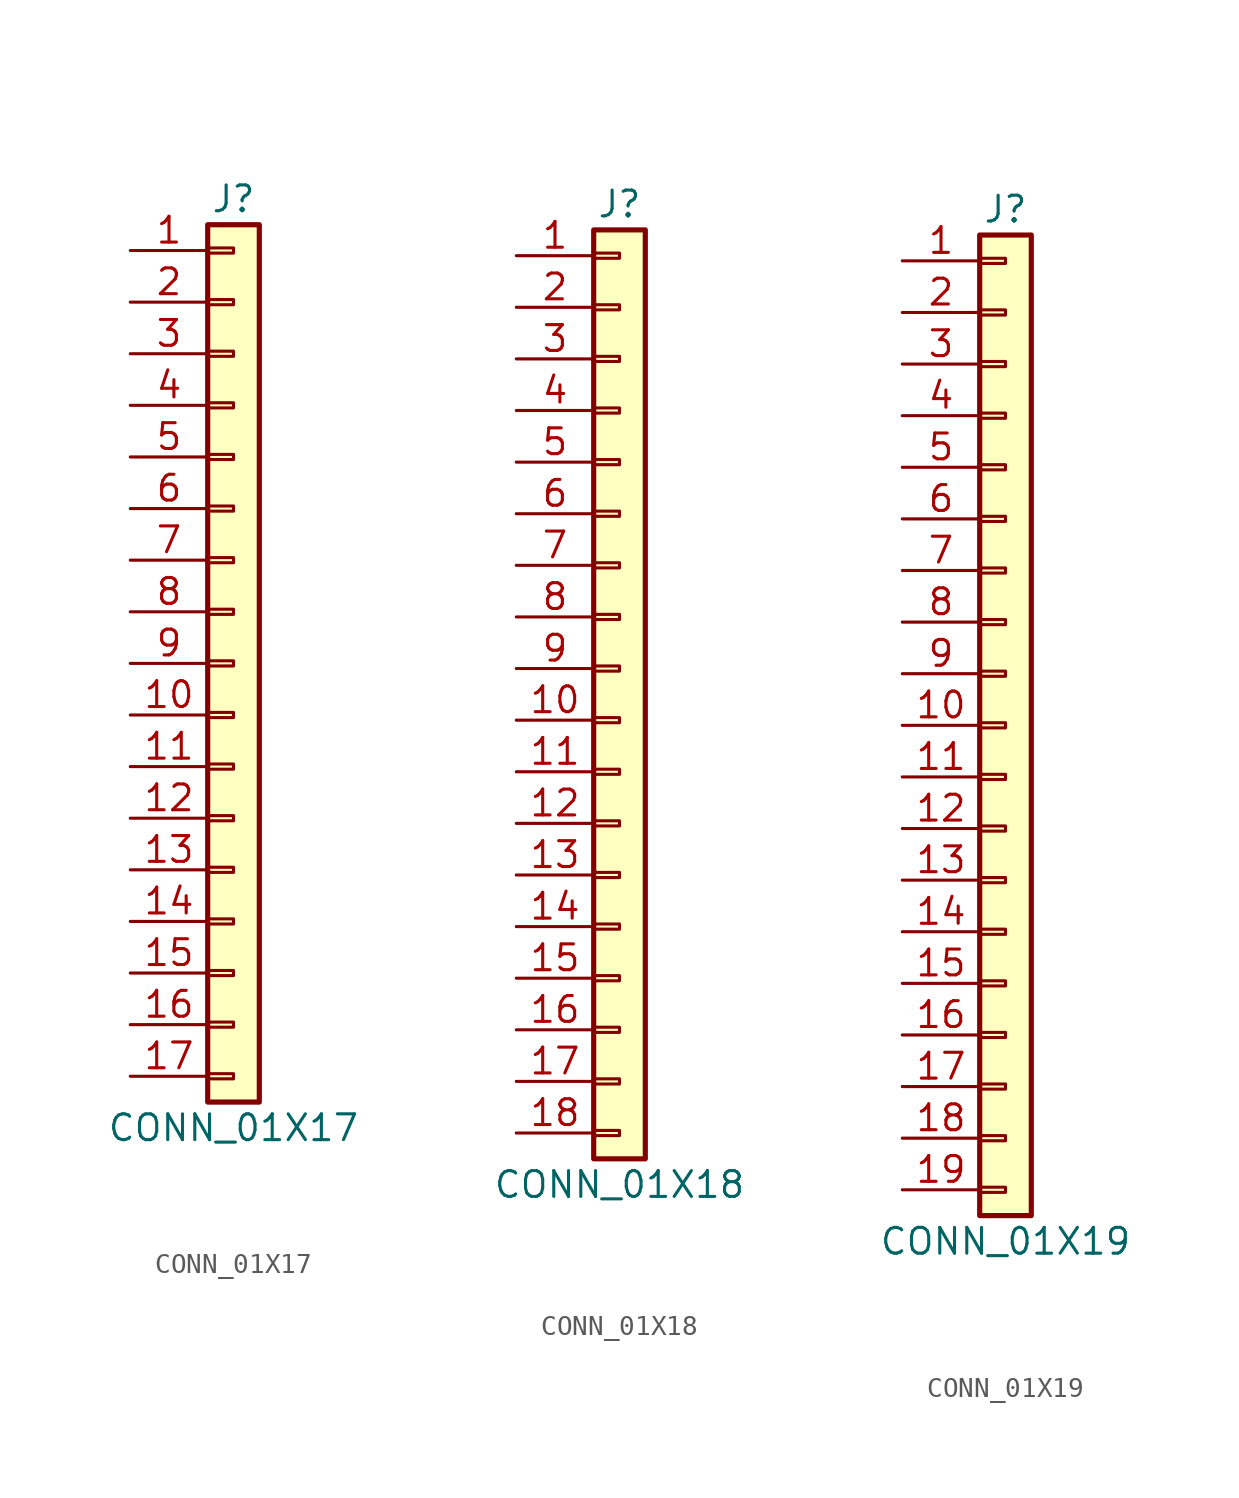
<source format=kicad_sym>
(kicad_symbol_lib
  (version 20211014)
  (generator kicad_symbol_editor)
  (symbol "CONN_01X17"
    (pin_names
      (offset 1.016) hide)
    (property "Reference" "J"
      (at 0 22.86 0)
      (effects (font (size 1.27 1.27))))
    (property "Value" "CONN_01X17"
      (at 0 -22.86 0)
      (effects (font (size 1.27 1.27))))
    (symbol "CONN_01X17_1_1"
      (rectangle (start -1.27 -20.193) (end 0 -20.447) (stroke (width 0.152) (type default) (color 0 0 0 0)) (fill (type none)))
      (rectangle (start -1.27 -17.653) (end 0 -17.907) (stroke (width 0.152) (type default) (color 0 0 0 0)) (fill (type none)))
      (rectangle (start -1.27 -15.113) (end 0 -15.367) (stroke (width 0.152) (type default) (color 0 0 0 0)) (fill (type none)))
      (rectangle (start -1.27 -12.573) (end 0 -12.827) (stroke (width 0.152) (type default) (color 0 0 0 0)) (fill (type none)))
      (rectangle (start -1.27 -10.033) (end 0 -10.287) (stroke (width 0.152) (type default) (color 0 0 0 0)) (fill (type none)))
      (rectangle (start -1.27 -7.493) (end 0 -7.747) (stroke (width 0.152) (type default) (color 0 0 0 0)) (fill (type none)))
      (rectangle (start -1.27 -4.953) (end 0 -5.207) (stroke (width 0.152) (type default) (color 0 0 0 0)) (fill (type none)))
      (rectangle (start -1.27 -2.413) (end 0 -2.667) (stroke (width 0.152) (type default) (color 0 0 0 0)) (fill (type none)))
      (rectangle (start -1.27 0.127) (end 0 -0.127) (stroke (width 0.152) (type default) (color 0 0 0 0)) (fill (type none)))
      (rectangle (start -1.27 2.667) (end 0 2.413) (stroke (width 0.152) (type default) (color 0 0 0 0)) (fill (type none)))
      (rectangle (start -1.27 5.207) (end 0 4.953) (stroke (width 0.152) (type default) (color 0 0 0 0)) (fill (type none)))
      (rectangle (start -1.27 7.747) (end 0 7.493) (stroke (width 0.152) (type default) (color 0 0 0 0)) (fill (type none)))
      (rectangle (start -1.27 10.287) (end 0 10.033) (stroke (width 0.152) (type default) (color 0 0 0 0)) (fill (type none)))
      (rectangle (start -1.27 12.827) (end 0 12.573) (stroke (width 0.152) (type default) (color 0 0 0 0)) (fill (type none)))
      (rectangle (start -1.27 15.367) (end 0 15.113) (stroke (width 0.152) (type default) (color 0 0 0 0)) (fill (type none)))
      (rectangle (start -1.27 17.907) (end 0 17.653) (stroke (width 0.152) (type default) (color 0 0 0 0)) (fill (type none)))
      (rectangle (start -1.27 20.447) (end 0 20.193) (stroke (width 0.152) (type default) (color 0 0 0 0)) (fill (type none)))
      (rectangle (start -1.27 21.59) (end 1.27 -21.59) (stroke (width 0.254) (type default) (color 0 0 0 0)) (fill (type background)))
      (pin passive line (at -5.08 20.32 0) (length 3.81) (name "Pin_1" (effects (font (size 1.27 1.27)))) (number "1" (effects (font (size 1.27 1.27)))))
      (pin passive line (at -5.08 -2.54 0) (length 3.81) (name "Pin_10" (effects (font (size 1.27 1.27)))) (number "10" (effects (font (size 1.27 1.27)))))
      (pin passive line (at -5.08 -5.08 0) (length 3.81) (name "Pin_11" (effects (font (size 1.27 1.27)))) (number "11" (effects (font (size 1.27 1.27)))))
      (pin passive line (at -5.08 -7.62 0) (length 3.81) (name "Pin_12" (effects (font (size 1.27 1.27)))) (number "12" (effects (font (size 1.27 1.27)))))
      (pin passive line (at -5.08 -10.16 0) (length 3.81) (name "Pin_13" (effects (font (size 1.27 1.27)))) (number "13" (effects (font (size 1.27 1.27)))))
      (pin passive line (at -5.08 -12.7 0) (length 3.81) (name "Pin_14" (effects (font (size 1.27 1.27)))) (number "14" (effects (font (size 1.27 1.27)))))
      (pin passive line (at -5.08 -15.24 0) (length 3.81) (name "Pin_15" (effects (font (size 1.27 1.27)))) (number "15" (effects (font (size 1.27 1.27)))))
      (pin passive line (at -5.08 -17.78 0) (length 3.81) (name "Pin_16" (effects (font (size 1.27 1.27)))) (number "16" (effects (font (size 1.27 1.27)))))
      (pin passive line (at -5.08 -20.32 0) (length 3.81) (name "Pin_17" (effects (font (size 1.27 1.27)))) (number "17" (effects (font (size 1.27 1.27)))))
      (pin passive line (at -5.08 17.78 0) (length 3.81) (name "Pin_2" (effects (font (size 1.27 1.27)))) (number "2" (effects (font (size 1.27 1.27)))))
      (pin passive line (at -5.08 15.24 0) (length 3.81) (name "Pin_3" (effects (font (size 1.27 1.27)))) (number "3" (effects (font (size 1.27 1.27)))))
      (pin passive line (at -5.08 12.7 0) (length 3.81) (name "Pin_4" (effects (font (size 1.27 1.27)))) (number "4" (effects (font (size 1.27 1.27)))))
      (pin passive line (at -5.08 10.16 0) (length 3.81) (name "Pin_5" (effects (font (size 1.27 1.27)))) (number "5" (effects (font (size 1.27 1.27)))))
      (pin passive line (at -5.08 7.62 0) (length 3.81) (name "Pin_6" (effects (font (size 1.27 1.27)))) (number "6" (effects (font (size 1.27 1.27)))))
      (pin passive line (at -5.08 5.08 0) (length 3.81) (name "Pin_7" (effects (font (size 1.27 1.27)))) (number "7" (effects (font (size 1.27 1.27)))))
      (pin passive line (at -5.08 2.54 0) (length 3.81) (name "Pin_8" (effects (font (size 1.27 1.27)))) (number "8" (effects (font (size 1.27 1.27)))))
      (pin passive line (at -5.08 0 0) (length 3.81) (name "Pin_9" (effects (font (size 1.27 1.27)))) (number "9" (effects (font (size 1.27 1.27)))))))
  (symbol "CONN_01X18"
    (pin_names
      (offset 1.016) hide)
    (property "Reference" "J"
      (at 0 22.86 0)
      (effects (font (size 1.27 1.27))))
    (property "Value" "CONN_01X18"
      (at 0 -25.4 0)
      (effects (font (size 1.27 1.27))))
    (symbol "CONN_01X18_1_1"
      (rectangle (start -1.27 -22.733) (end 0 -22.987) (stroke (width 0.152) (type default) (color 0 0 0 0)) (fill (type none)))
      (rectangle (start -1.27 -20.193) (end 0 -20.447) (stroke (width 0.152) (type default) (color 0 0 0 0)) (fill (type none)))
      (rectangle (start -1.27 -17.653) (end 0 -17.907) (stroke (width 0.152) (type default) (color 0 0 0 0)) (fill (type none)))
      (rectangle (start -1.27 -15.113) (end 0 -15.367) (stroke (width 0.152) (type default) (color 0 0 0 0)) (fill (type none)))
      (rectangle (start -1.27 -12.573) (end 0 -12.827) (stroke (width 0.152) (type default) (color 0 0 0 0)) (fill (type none)))
      (rectangle (start -1.27 -10.033) (end 0 -10.287) (stroke (width 0.152) (type default) (color 0 0 0 0)) (fill (type none)))
      (rectangle (start -1.27 -7.493) (end 0 -7.747) (stroke (width 0.152) (type default) (color 0 0 0 0)) (fill (type none)))
      (rectangle (start -1.27 -4.953) (end 0 -5.207) (stroke (width 0.152) (type default) (color 0 0 0 0)) (fill (type none)))
      (rectangle (start -1.27 -2.413) (end 0 -2.667) (stroke (width 0.152) (type default) (color 0 0 0 0)) (fill (type none)))
      (rectangle (start -1.27 0.127) (end 0 -0.127) (stroke (width 0.152) (type default) (color 0 0 0 0)) (fill (type none)))
      (rectangle (start -1.27 2.667) (end 0 2.413) (stroke (width 0.152) (type default) (color 0 0 0 0)) (fill (type none)))
      (rectangle (start -1.27 5.207) (end 0 4.953) (stroke (width 0.152) (type default) (color 0 0 0 0)) (fill (type none)))
      (rectangle (start -1.27 7.747) (end 0 7.493) (stroke (width 0.152) (type default) (color 0 0 0 0)) (fill (type none)))
      (rectangle (start -1.27 10.287) (end 0 10.033) (stroke (width 0.152) (type default) (color 0 0 0 0)) (fill (type none)))
      (rectangle (start -1.27 12.827) (end 0 12.573) (stroke (width 0.152) (type default) (color 0 0 0 0)) (fill (type none)))
      (rectangle (start -1.27 15.367) (end 0 15.113) (stroke (width 0.152) (type default) (color 0 0 0 0)) (fill (type none)))
      (rectangle (start -1.27 17.907) (end 0 17.653) (stroke (width 0.152) (type default) (color 0 0 0 0)) (fill (type none)))
      (rectangle (start -1.27 20.447) (end 0 20.193) (stroke (width 0.152) (type default) (color 0 0 0 0)) (fill (type none)))
      (rectangle (start -1.27 21.59) (end 1.27 -24.13) (stroke (width 0.254) (type default) (color 0 0 0 0)) (fill (type background)))
      (pin passive line (at -5.08 20.32 0) (length 3.81) (name "Pin_1" (effects (font (size 1.27 1.27)))) (number "1" (effects (font (size 1.27 1.27)))))
      (pin passive line (at -5.08 -2.54 0) (length 3.81) (name "Pin_10" (effects (font (size 1.27 1.27)))) (number "10" (effects (font (size 1.27 1.27)))))
      (pin passive line (at -5.08 -5.08 0) (length 3.81) (name "Pin_11" (effects (font (size 1.27 1.27)))) (number "11" (effects (font (size 1.27 1.27)))))
      (pin passive line (at -5.08 -7.62 0) (length 3.81) (name "Pin_12" (effects (font (size 1.27 1.27)))) (number "12" (effects (font (size 1.27 1.27)))))
      (pin passive line (at -5.08 -10.16 0) (length 3.81) (name "Pin_13" (effects (font (size 1.27 1.27)))) (number "13" (effects (font (size 1.27 1.27)))))
      (pin passive line (at -5.08 -12.7 0) (length 3.81) (name "Pin_14" (effects (font (size 1.27 1.27)))) (number "14" (effects (font (size 1.27 1.27)))))
      (pin passive line (at -5.08 -15.24 0) (length 3.81) (name "Pin_15" (effects (font (size 1.27 1.27)))) (number "15" (effects (font (size 1.27 1.27)))))
      (pin passive line (at -5.08 -17.78 0) (length 3.81) (name "Pin_16" (effects (font (size 1.27 1.27)))) (number "16" (effects (font (size 1.27 1.27)))))
      (pin passive line (at -5.08 -20.32 0) (length 3.81) (name "Pin_17" (effects (font (size 1.27 1.27)))) (number "17" (effects (font (size 1.27 1.27)))))
      (pin passive line (at -5.08 -22.86 0) (length 3.81) (name "Pin_18" (effects (font (size 1.27 1.27)))) (number "18" (effects (font (size 1.27 1.27)))))
      (pin passive line (at -5.08 17.78 0) (length 3.81) (name "Pin_2" (effects (font (size 1.27 1.27)))) (number "2" (effects (font (size 1.27 1.27)))))
      (pin passive line (at -5.08 15.24 0) (length 3.81) (name "Pin_3" (effects (font (size 1.27 1.27)))) (number "3" (effects (font (size 1.27 1.27)))))
      (pin passive line (at -5.08 12.7 0) (length 3.81) (name "Pin_4" (effects (font (size 1.27 1.27)))) (number "4" (effects (font (size 1.27 1.27)))))
      (pin passive line (at -5.08 10.16 0) (length 3.81) (name "Pin_5" (effects (font (size 1.27 1.27)))) (number "5" (effects (font (size 1.27 1.27)))))
      (pin passive line (at -5.08 7.62 0) (length 3.81) (name "Pin_6" (effects (font (size 1.27 1.27)))) (number "6" (effects (font (size 1.27 1.27)))))
      (pin passive line (at -5.08 5.08 0) (length 3.81) (name "Pin_7" (effects (font (size 1.27 1.27)))) (number "7" (effects (font (size 1.27 1.27)))))
      (pin passive line (at -5.08 2.54 0) (length 3.81) (name "Pin_8" (effects (font (size 1.27 1.27)))) (number "8" (effects (font (size 1.27 1.27)))))
      (pin passive line (at -5.08 0 0) (length 3.81) (name "Pin_9" (effects (font (size 1.27 1.27)))) (number "9" (effects (font (size 1.27 1.27)))))))
  (symbol "CONN_01X19"
    (pin_names
      (offset 1.016) hide)
    (property "Reference" "J"
      (at 0 25.4 0)
      (effects (font (size 1.27 1.27))))
    (property "Value" "CONN_01X19"
      (at 0 -25.4 0)
      (effects (font (size 1.27 1.27))))
    (symbol "CONN_01X19_1_1"
      (rectangle (start -1.27 -22.733) (end 0 -22.987) (stroke (width 0.152) (type default) (color 0 0 0 0)) (fill (type none)))
      (rectangle (start -1.27 -20.193) (end 0 -20.447) (stroke (width 0.152) (type default) (color 0 0 0 0)) (fill (type none)))
      (rectangle (start -1.27 -17.653) (end 0 -17.907) (stroke (width 0.152) (type default) (color 0 0 0 0)) (fill (type none)))
      (rectangle (start -1.27 -15.113) (end 0 -15.367) (stroke (width 0.152) (type default) (color 0 0 0 0)) (fill (type none)))
      (rectangle (start -1.27 -12.573) (end 0 -12.827) (stroke (width 0.152) (type default) (color 0 0 0 0)) (fill (type none)))
      (rectangle (start -1.27 -10.033) (end 0 -10.287) (stroke (width 0.152) (type default) (color 0 0 0 0)) (fill (type none)))
      (rectangle (start -1.27 -7.493) (end 0 -7.747) (stroke (width 0.152) (type default) (color 0 0 0 0)) (fill (type none)))
      (rectangle (start -1.27 -4.953) (end 0 -5.207) (stroke (width 0.152) (type default) (color 0 0 0 0)) (fill (type none)))
      (rectangle (start -1.27 -2.413) (end 0 -2.667) (stroke (width 0.152) (type default) (color 0 0 0 0)) (fill (type none)))
      (rectangle (start -1.27 0.127) (end 0 -0.127) (stroke (width 0.152) (type default) (color 0 0 0 0)) (fill (type none)))
      (rectangle (start -1.27 2.667) (end 0 2.413) (stroke (width 0.152) (type default) (color 0 0 0 0)) (fill (type none)))
      (rectangle (start -1.27 5.207) (end 0 4.953) (stroke (width 0.152) (type default) (color 0 0 0 0)) (fill (type none)))
      (rectangle (start -1.27 7.747) (end 0 7.493) (stroke (width 0.152) (type default) (color 0 0 0 0)) (fill (type none)))
      (rectangle (start -1.27 10.287) (end 0 10.033) (stroke (width 0.152) (type default) (color 0 0 0 0)) (fill (type none)))
      (rectangle (start -1.27 12.827) (end 0 12.573) (stroke (width 0.152) (type default) (color 0 0 0 0)) (fill (type none)))
      (rectangle (start -1.27 15.367) (end 0 15.113) (stroke (width 0.152) (type default) (color 0 0 0 0)) (fill (type none)))
      (rectangle (start -1.27 17.907) (end 0 17.653) (stroke (width 0.152) (type default) (color 0 0 0 0)) (fill (type none)))
      (rectangle (start -1.27 20.447) (end 0 20.193) (stroke (width 0.152) (type default) (color 0 0 0 0)) (fill (type none)))
      (rectangle (start -1.27 22.987) (end 0 22.733) (stroke (width 0.152) (type default) (color 0 0 0 0)) (fill (type none)))
      (rectangle (start -1.27 24.13) (end 1.27 -24.13) (stroke (width 0.254) (type default) (color 0 0 0 0)) (fill (type background)))
      (pin passive line (at -5.08 22.86 0) (length 3.81) (name "Pin_1" (effects (font (size 1.27 1.27)))) (number "1" (effects (font (size 1.27 1.27)))))
      (pin passive line (at -5.08 0 0) (length 3.81) (name "Pin_10" (effects (font (size 1.27 1.27)))) (number "10" (effects (font (size 1.27 1.27)))))
      (pin passive line (at -5.08 -2.54 0) (length 3.81) (name "Pin_11" (effects (font (size 1.27 1.27)))) (number "11" (effects (font (size 1.27 1.27)))))
      (pin passive line (at -5.08 -5.08 0) (length 3.81) (name "Pin_12" (effects (font (size 1.27 1.27)))) (number "12" (effects (font (size 1.27 1.27)))))
      (pin passive line (at -5.08 -7.62 0) (length 3.81) (name "Pin_13" (effects (font (size 1.27 1.27)))) (number "13" (effects (font (size 1.27 1.27)))))
      (pin passive line (at -5.08 -10.16 0) (length 3.81) (name "Pin_14" (effects (font (size 1.27 1.27)))) (number "14" (effects (font (size 1.27 1.27)))))
      (pin passive line (at -5.08 -12.7 0) (length 3.81) (name "Pin_15" (effects (font (size 1.27 1.27)))) (number "15" (effects (font (size 1.27 1.27)))))
      (pin passive line (at -5.08 -15.24 0) (length 3.81) (name "Pin_16" (effects (font (size 1.27 1.27)))) (number "16" (effects (font (size 1.27 1.27)))))
      (pin passive line (at -5.08 -17.78 0) (length 3.81) (name "Pin_17" (effects (font (size 1.27 1.27)))) (number "17" (effects (font (size 1.27 1.27)))))
      (pin passive line (at -5.08 -20.32 0) (length 3.81) (name "Pin_18" (effects (font (size 1.27 1.27)))) (number "18" (effects (font (size 1.27 1.27)))))
      (pin passive line (at -5.08 -22.86 0) (length 3.81) (name "Pin_19" (effects (font (size 1.27 1.27)))) (number "19" (effects (font (size 1.27 1.27)))))
      (pin passive line (at -5.08 20.32 0) (length 3.81) (name "Pin_2" (effects (font (size 1.27 1.27)))) (number "2" (effects (font (size 1.27 1.27)))))
      (pin passive line (at -5.08 17.78 0) (length 3.81) (name "Pin_3" (effects (font (size 1.27 1.27)))) (number "3" (effects (font (size 1.27 1.27)))))
      (pin passive line (at -5.08 15.24 0) (length 3.81) (name "Pin_4" (effects (font (size 1.27 1.27)))) (number "4" (effects (font (size 1.27 1.27)))))
      (pin passive line (at -5.08 12.7 0) (length 3.81) (name "Pin_5" (effects (font (size 1.27 1.27)))) (number "5" (effects (font (size 1.27 1.27)))))
      (pin passive line (at -5.08 10.16 0) (length 3.81) (name "Pin_6" (effects (font (size 1.27 1.27)))) (number "6" (effects (font (size 1.27 1.27)))))
      (pin passive line (at -5.08 7.62 0) (length 3.81) (name "Pin_7" (effects (font (size 1.27 1.27)))) (number "7" (effects (font (size 1.27 1.27)))))
      (pin passive line (at -5.08 5.08 0) (length 3.81) (name "Pin_8" (effects (font (size 1.27 1.27)))) (number "8" (effects (font (size 1.27 1.27)))))
      (pin passive line (at -5.08 2.54 0) (length 3.81) (name "Pin_9" (effects (font (size 1.27 1.27)))) (number "9" (effects (font (size 1.27 1.27))))))))
</source>
